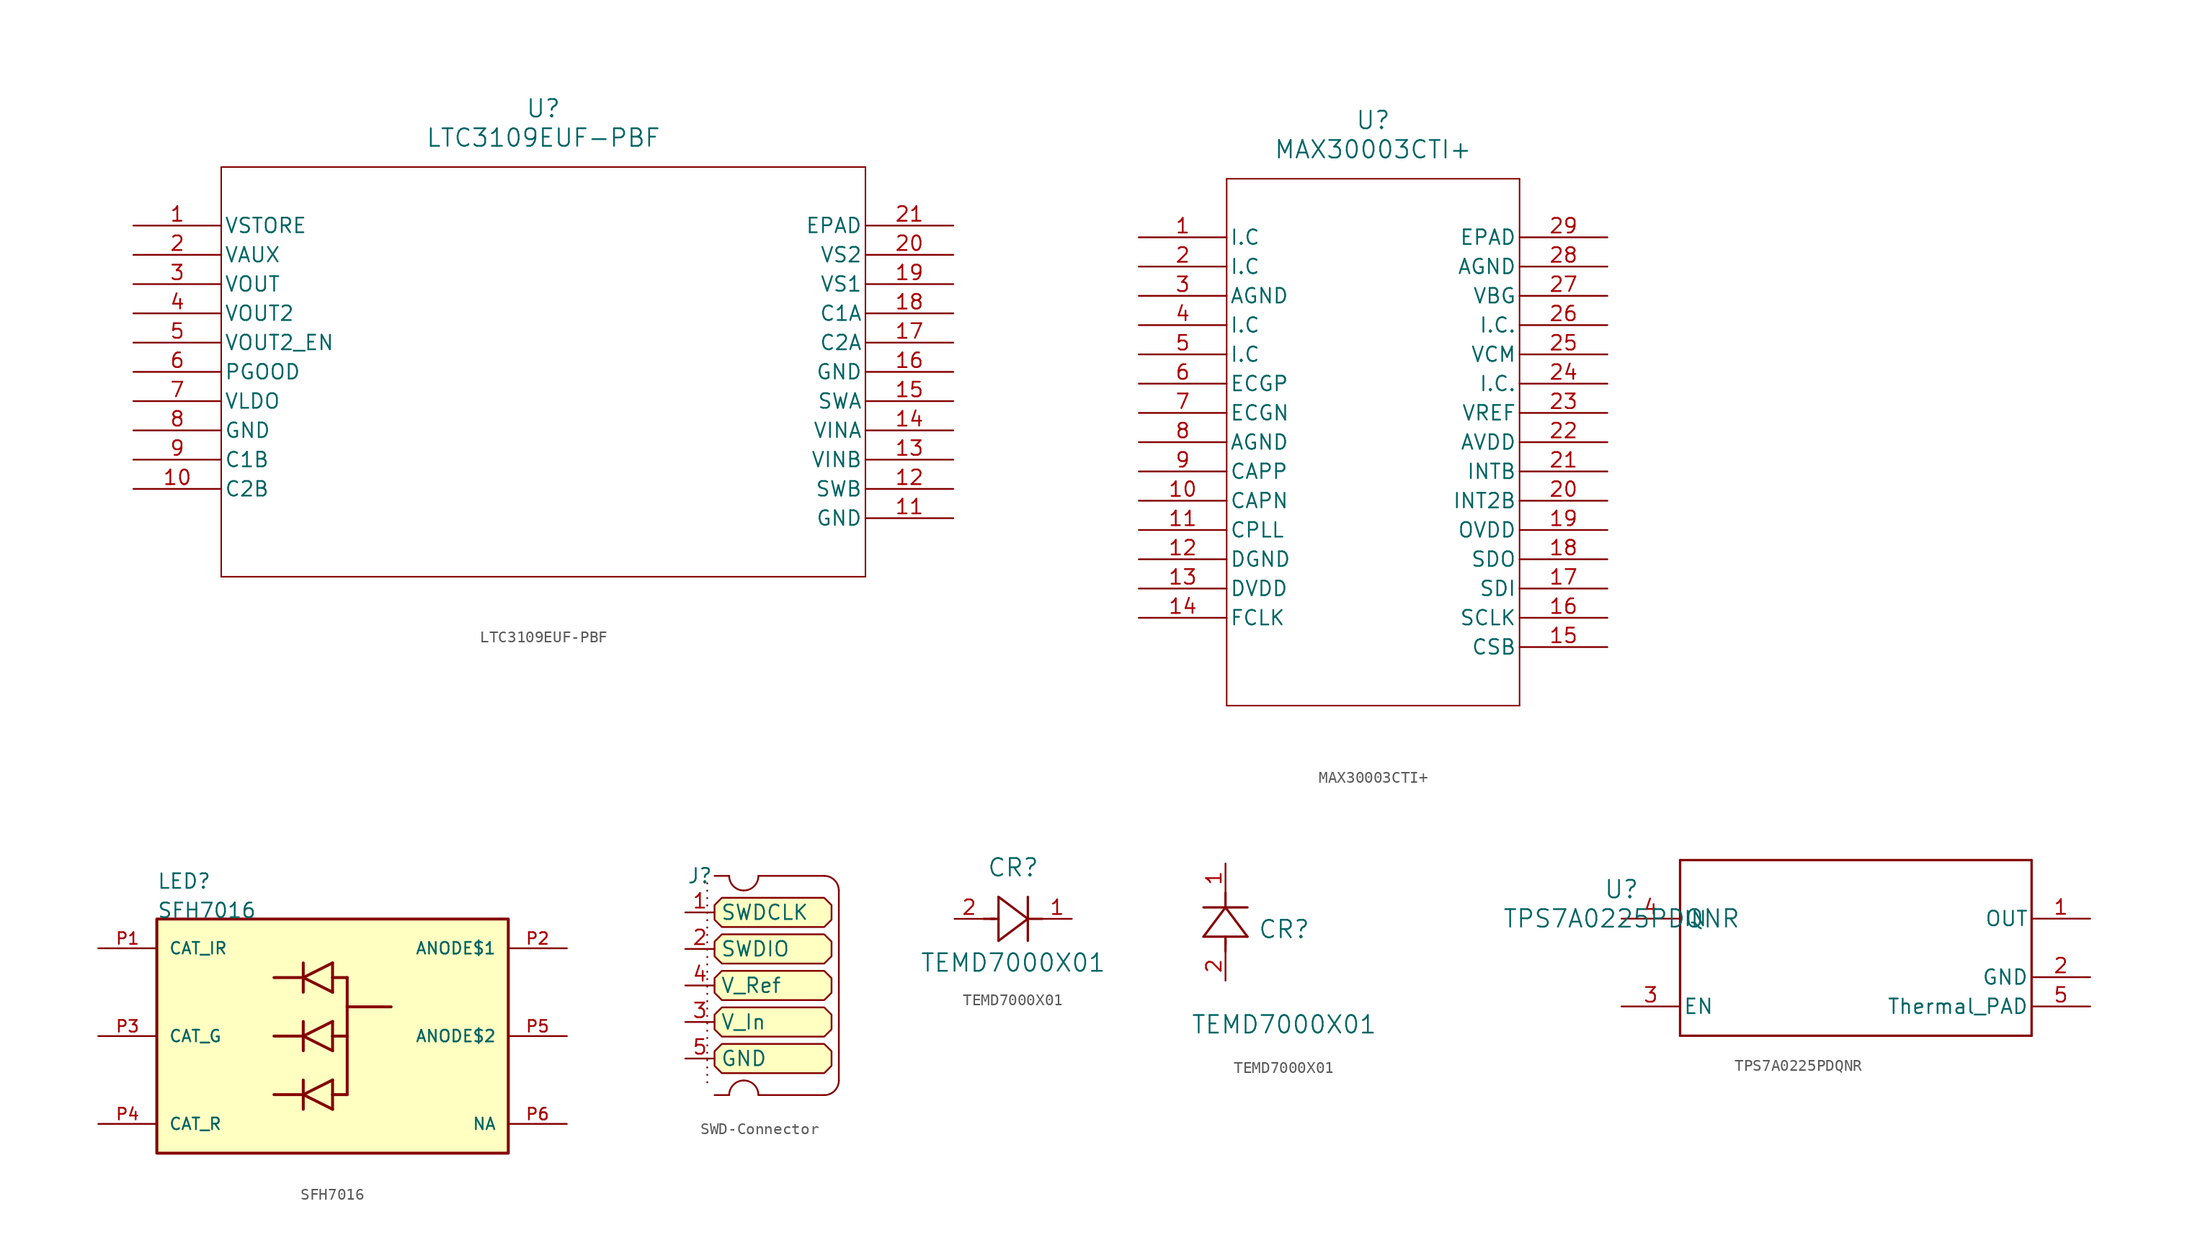
<source format=kicad_sym>
(kicad_symbol_lib
  (version 20220914)
  (generator kicad_symbol_editor)
  (symbol "LTC3109EUF-PBF"
    (pin_names
      (offset 0.254))
    (property "Reference" "U"
      (at 35.56 10.16 0)
      (effects (font (size 1.524 1.524))))
    (property "Value" "LTC3109EUF-PBF"
      (at 35.56 7.62 0)
      (effects (font (size 1.524 1.524))))
    (symbol "LTC3109EUF-PBF_0_1"
      (polyline (pts (xy 7.62 -30.48) (xy 63.5 -30.48)) (stroke (width 0.127) (type default)) (fill (type none)))
      (polyline (pts (xy 7.62 5.08) (xy 7.62 -30.48)) (stroke (width 0.127) (type default)) (fill (type none)))
      (polyline (pts (xy 63.5 -30.48) (xy 63.5 5.08)) (stroke (width 0.127) (type default)) (fill (type none)))
      (polyline (pts (xy 63.5 5.08) (xy 7.62 5.08)) (stroke (width 0.127) (type default)) (fill (type none)))
      (pin output line (at 0 0 0) (length 7.62) (name "VSTORE" (effects (font (size 1.27 1.27)))) (number "1" (effects (font (size 1.27 1.27)))))
      (pin input line (at 0 -22.86 0) (length 7.62) (name "C2B" (effects (font (size 1.27 1.27)))) (number "10" (effects (font (size 1.27 1.27)))))
      (pin power_in line (at 71.12 -25.4 180) (length 7.62) (name "GND" (effects (font (size 1.27 1.27)))) (number "11" (effects (font (size 1.27 1.27)))))
      (pin unspecified line (at 71.12 -22.86 180) (length 7.62) (name "SWB" (effects (font (size 1.27 1.27)))) (number "12" (effects (font (size 1.27 1.27)))))
      (pin input line (at 71.12 -20.32 180) (length 7.62) (name "VINB" (effects (font (size 1.27 1.27)))) (number "13" (effects (font (size 1.27 1.27)))))
      (pin input line (at 71.12 -17.78 180) (length 7.62) (name "VINA" (effects (font (size 1.27 1.27)))) (number "14" (effects (font (size 1.27 1.27)))))
      (pin unspecified line (at 71.12 -15.24 180) (length 7.62) (name "SWA" (effects (font (size 1.27 1.27)))) (number "15" (effects (font (size 1.27 1.27)))))
      (pin power_in line (at 71.12 -12.7 180) (length 7.62) (name "GND" (effects (font (size 1.27 1.27)))) (number "16" (effects (font (size 1.27 1.27)))))
      (pin input line (at 71.12 -10.16 180) (length 7.62) (name "C2A" (effects (font (size 1.27 1.27)))) (number "17" (effects (font (size 1.27 1.27)))))
      (pin input line (at 71.12 -7.62 180) (length 7.62) (name "C1A" (effects (font (size 1.27 1.27)))) (number "18" (effects (font (size 1.27 1.27)))))
      (pin output line (at 71.12 -5.08 180) (length 7.62) (name "VS1" (effects (font (size 1.27 1.27)))) (number "19" (effects (font (size 1.27 1.27)))))
      (pin output line (at 0 -2.54 0) (length 7.62) (name "VAUX" (effects (font (size 1.27 1.27)))) (number "2" (effects (font (size 1.27 1.27)))))
      (pin output line (at 71.12 -2.54 180) (length 7.62) (name "VS2" (effects (font (size 1.27 1.27)))) (number "20" (effects (font (size 1.27 1.27)))))
      (pin unspecified line (at 71.12 0 180) (length 7.62) (name "EPAD" (effects (font (size 1.27 1.27)))) (number "21" (effects (font (size 1.27 1.27)))))
      (pin output line (at 0 -5.08 0) (length 7.62) (name "VOUT" (effects (font (size 1.27 1.27)))) (number "3" (effects (font (size 1.27 1.27)))))
      (pin output line (at 0 -7.62 0) (length 7.62) (name "VOUT2" (effects (font (size 1.27 1.27)))) (number "4" (effects (font (size 1.27 1.27)))))
      (pin output line (at 0 -10.16 0) (length 7.62) (name "VOUT2_EN" (effects (font (size 1.27 1.27)))) (number "5" (effects (font (size 1.27 1.27)))))
      (pin output line (at 0 -12.7 0) (length 7.62) (name "PGOOD" (effects (font (size 1.27 1.27)))) (number "6" (effects (font (size 1.27 1.27)))))
      (pin output line (at 0 -15.24 0) (length 7.62) (name "VLDO" (effects (font (size 1.27 1.27)))) (number "7" (effects (font (size 1.27 1.27)))))
      (pin power_in line (at 0 -17.78 0) (length 7.62) (name "GND" (effects (font (size 1.27 1.27)))) (number "8" (effects (font (size 1.27 1.27)))))
      (pin input line (at 0 -20.32 0) (length 7.62) (name "C1B" (effects (font (size 1.27 1.27)))) (number "9" (effects (font (size 1.27 1.27)))))))
  (symbol "MAX30003CTI+"
    (pin_names
      (offset 0.254))
    (property "Reference" "U"
      (at 20.32 10.16 0)
      (effects (font (size 1.524 1.524))))
    (property "Value" "MAX30003CTI+"
      (at 20.32 7.62 0)
      (effects (font (size 1.524 1.524))))
    (property "ki_locked" ""
      (at 0 0 0)
      (effects (font (size 1.27 1.27))))
    (symbol "MAX30003CTI+_0_1"
      (polyline (pts (xy 7.62 -40.64) (xy 33.02 -40.64)) (stroke (width 0.127) (type default)) (fill (type none)))
      (polyline (pts (xy 7.62 5.08) (xy 7.62 -40.64)) (stroke (width 0.127) (type default)) (fill (type none)))
      (polyline (pts (xy 33.02 -40.64) (xy 33.02 5.08)) (stroke (width 0.127) (type default)) (fill (type none)))
      (polyline (pts (xy 33.02 5.08) (xy 7.62 5.08)) (stroke (width 0.127) (type default)) (fill (type none)))
      (pin bidirectional line (at 0 0 0) (length 7.62) (name "I.C" (effects (font (size 1.27 1.27)))) (number "1" (effects (font (size 1.27 1.27)))))
      (pin unspecified line (at 0 -22.86 0) (length 7.62) (name "CAPN" (effects (font (size 1.27 1.27)))) (number "10" (effects (font (size 1.27 1.27)))))
      (pin unspecified line (at 0 -25.4 0) (length 7.62) (name "CPLL" (effects (font (size 1.27 1.27)))) (number "11" (effects (font (size 1.27 1.27)))))
      (pin power_out line (at 0 -27.94 0) (length 7.62) (name "DGND" (effects (font (size 1.27 1.27)))) (number "12" (effects (font (size 1.27 1.27)))))
      (pin power_in line (at 0 -30.48 0) (length 7.62) (name "DVDD" (effects (font (size 1.27 1.27)))) (number "13" (effects (font (size 1.27 1.27)))))
      (pin unspecified line (at 0 -33.02 0) (length 7.62) (name "FCLK" (effects (font (size 1.27 1.27)))) (number "14" (effects (font (size 1.27 1.27)))))
      (pin unspecified line (at 40.64 -35.56 180) (length 7.62) (name "CSB" (effects (font (size 1.27 1.27)))) (number "15" (effects (font (size 1.27 1.27)))))
      (pin unspecified line (at 40.64 -33.02 180) (length 7.62) (name "SCLK" (effects (font (size 1.27 1.27)))) (number "16" (effects (font (size 1.27 1.27)))))
      (pin unspecified line (at 40.64 -30.48 180) (length 7.62) (name "SDI" (effects (font (size 1.27 1.27)))) (number "17" (effects (font (size 1.27 1.27)))))
      (pin unspecified line (at 40.64 -27.94 180) (length 7.62) (name "SDO" (effects (font (size 1.27 1.27)))) (number "18" (effects (font (size 1.27 1.27)))))
      (pin power_in line (at 40.64 -25.4 180) (length 7.62) (name "OVDD" (effects (font (size 1.27 1.27)))) (number "19" (effects (font (size 1.27 1.27)))))
      (pin bidirectional line (at 0 -2.54 0) (length 7.62) (name "I.C" (effects (font (size 1.27 1.27)))) (number "2" (effects (font (size 1.27 1.27)))))
      (pin unspecified line (at 40.64 -22.86 180) (length 7.62) (name "INT2B" (effects (font (size 1.27 1.27)))) (number "20" (effects (font (size 1.27 1.27)))))
      (pin unspecified line (at 40.64 -20.32 180) (length 7.62) (name "INTB" (effects (font (size 1.27 1.27)))) (number "21" (effects (font (size 1.27 1.27)))))
      (pin power_in line (at 40.64 -17.78 180) (length 7.62) (name "AVDD" (effects (font (size 1.27 1.27)))) (number "22" (effects (font (size 1.27 1.27)))))
      (pin power_in line (at 40.64 -15.24 180) (length 7.62) (name "VREF" (effects (font (size 1.27 1.27)))) (number "23" (effects (font (size 1.27 1.27)))))
      (pin bidirectional line (at 40.64 -12.7 180) (length 7.62) (name "I.C." (effects (font (size 1.27 1.27)))) (number "24" (effects (font (size 1.27 1.27)))))
      (pin unspecified line (at 40.64 -10.16 180) (length 7.62) (name "VCM" (effects (font (size 1.27 1.27)))) (number "25" (effects (font (size 1.27 1.27)))))
      (pin bidirectional line (at 40.64 -7.62 180) (length 7.62) (name "I.C." (effects (font (size 1.27 1.27)))) (number "26" (effects (font (size 1.27 1.27)))))
      (pin unspecified line (at 40.64 -5.08 180) (length 7.62) (name "VBG" (effects (font (size 1.27 1.27)))) (number "27" (effects (font (size 1.27 1.27)))))
      (pin power_out line (at 40.64 -2.54 180) (length 7.62) (name "AGND" (effects (font (size 1.27 1.27)))) (number "28" (effects (font (size 1.27 1.27)))))
      (pin unspecified line (at 40.64 0 180) (length 7.62) (name "EPAD" (effects (font (size 1.27 1.27)))) (number "29" (effects (font (size 1.27 1.27)))))
      (pin power_out line (at 0 -5.08 0) (length 7.62) (name "AGND" (effects (font (size 1.27 1.27)))) (number "3" (effects (font (size 1.27 1.27)))))
      (pin bidirectional line (at 0 -7.62 0) (length 7.62) (name "I.C" (effects (font (size 1.27 1.27)))) (number "4" (effects (font (size 1.27 1.27)))))
      (pin bidirectional line (at 0 -10.16 0) (length 7.62) (name "I.C" (effects (font (size 1.27 1.27)))) (number "5" (effects (font (size 1.27 1.27)))))
      (pin unspecified line (at 0 -12.7 0) (length 7.62) (name "ECGP" (effects (font (size 1.27 1.27)))) (number "6" (effects (font (size 1.27 1.27)))))
      (pin unspecified line (at 0 -15.24 0) (length 7.62) (name "ECGN" (effects (font (size 1.27 1.27)))) (number "7" (effects (font (size 1.27 1.27)))))
      (pin power_out line (at 0 -17.78 0) (length 7.62) (name "AGND" (effects (font (size 1.27 1.27)))) (number "8" (effects (font (size 1.27 1.27)))))
      (pin unspecified line (at 0 -20.32 0) (length 7.62) (name "CAPP" (effects (font (size 1.27 1.27)))) (number "9" (effects (font (size 1.27 1.27)))))))
  (symbol "SFH7016"
    (pin_names
      (offset 1.016))
    (property "Reference" "LED"
      (at -15.24 12.7 0)
      (effects (font (size 1.27 1.27)) (justify left bottom)))
    (property "Value" "SFH7016"
      (at -15.24 10.16 0)
      (effects (font (size 1.27 1.27)) (justify left bottom)))
    (symbol "SFH7016_0_0"
      (rectangle (start -15.24 -10.16) (end 15.24 10.16) (stroke (width 0.254) (type default)) (fill (type background)))
      (polyline (pts (xy -2.54 -6.35) (xy -2.54 -5.08)) (stroke (width 0.254) (type default)) (fill (type none)))
      (polyline (pts (xy -2.54 -5.08) (xy -5.08 -5.08)) (stroke (width 0.254) (type default)) (fill (type none)))
      (polyline (pts (xy -2.54 -5.08) (xy -2.54 -3.81)) (stroke (width 0.254) (type default)) (fill (type none)))
      (polyline (pts (xy -2.54 -1.27) (xy -2.54 0)) (stroke (width 0.254) (type default)) (fill (type none)))
      (polyline (pts (xy -2.54 0) (xy -5.08 0)) (stroke (width 0.254) (type default)) (fill (type none)))
      (polyline (pts (xy -2.54 0) (xy -2.54 1.27)) (stroke (width 0.254) (type default)) (fill (type none)))
      (polyline (pts (xy -2.54 0) (xy 0 -1.27)) (stroke (width 0.254) (type default)) (fill (type none)))
      (polyline (pts (xy -2.54 0) (xy 0 1.27)) (stroke (width 0.254) (type default)) (fill (type none)))
      (polyline (pts (xy -2.54 3.81) (xy -2.54 5.08)) (stroke (width 0.254) (type default)) (fill (type none)))
      (polyline (pts (xy -2.54 5.08) (xy -5.08 5.08)) (stroke (width 0.254) (type default)) (fill (type none)))
      (polyline (pts (xy -2.54 5.08) (xy -2.54 6.35)) (stroke (width 0.254) (type default)) (fill (type none)))
      (polyline (pts (xy 0 -6.35) (xy -2.54 -5.08)) (stroke (width 0.254) (type default)) (fill (type none)))
      (polyline (pts (xy 0 -5.08) (xy 0 -6.35)) (stroke (width 0.254) (type default)) (fill (type none)))
      (polyline (pts (xy 0 -5.08) (xy 0 -3.81)) (stroke (width 0.254) (type default)) (fill (type none)))
      (polyline (pts (xy 0 -3.81) (xy -2.54 -5.08)) (stroke (width 0.254) (type default)) (fill (type none)))
      (polyline (pts (xy 0 -1.27) (xy 0 0)) (stroke (width 0.254) (type default)) (fill (type none)))
      (polyline (pts (xy 0 0) (xy 1.27 0)) (stroke (width 0.254) (type default)) (fill (type none)))
      (polyline (pts (xy 0 1.27) (xy 0 0)) (stroke (width 0.254) (type default)) (fill (type none)))
      (polyline (pts (xy 0 3.81) (xy -2.54 5.08)) (stroke (width 0.254) (type default)) (fill (type none)))
      (polyline (pts (xy 0 5.08) (xy 0 3.81)) (stroke (width 0.254) (type default)) (fill (type none)))
      (polyline (pts (xy 0 5.08) (xy 0 6.35)) (stroke (width 0.254) (type default)) (fill (type none)))
      (polyline (pts (xy 0 6.35) (xy -2.54 5.08)) (stroke (width 0.254) (type default)) (fill (type none)))
      (polyline (pts (xy 1.27 -5.08) (xy 0 -5.08)) (stroke (width 0.254) (type default)) (fill (type none)))
      (polyline (pts (xy 1.27 0) (xy 1.27 -5.08)) (stroke (width 0.254) (type default)) (fill (type none)))
      (polyline (pts (xy 1.27 0) (xy 1.27 2.54)) (stroke (width 0.254) (type default)) (fill (type none)))
      (polyline (pts (xy 1.27 2.54) (xy 1.27 5.08)) (stroke (width 0.254) (type default)) (fill (type none)))
      (polyline (pts (xy 1.27 2.54) (xy 5.08 2.54)) (stroke (width 0.254) (type default)) (fill (type none)))
      (polyline (pts (xy 1.27 5.08) (xy 0 5.08)) (stroke (width 0.254) (type default)) (fill (type none)))
      (pin bidirectional line (at -20.32 7.62 0) (length 5.08) (name "CAT_IR" (effects (font (size 1.016 1.016)))) (number "P1" (effects (font (size 1.016 1.016)))))
      (pin bidirectional line (at 20.32 7.62 180) (length 5.08) (name "ANODE$1" (effects (font (size 1.016 1.016)))) (number "P2" (effects (font (size 1.016 1.016)))))
      (pin bidirectional line (at -20.32 0 0) (length 5.08) (name "CAT_G" (effects (font (size 1.016 1.016)))) (number "P3" (effects (font (size 1.016 1.016)))))
      (pin bidirectional line (at -20.32 -7.62 0) (length 5.08) (name "CAT_R" (effects (font (size 1.016 1.016)))) (number "P4" (effects (font (size 1.016 1.016)))))
      (pin bidirectional line (at 20.32 0 180) (length 5.08) (name "ANODE$2" (effects (font (size 1.016 1.016)))) (number "P5" (effects (font (size 1.016 1.016)))))
      (pin bidirectional line (at 20.32 -7.62 180) (length 5.08) (name "NA" (effects (font (size 1.016 1.016)))) (number "P6" (effects (font (size 1.016 1.016)))))))
  (symbol "SWD-Connector"
    (property "Reference" "J"
      (at 0 0 0)
      (effects (font (size 1.27 1.27))))
    (property "Value" ""
      (at 0 0 0)
      (effects (font (size 1.27 1.27))))
    (symbol "SWD-Connector_1_1"
      (polyline (pts (xy 0.635 -0.635) (xy 0.635 -18.415)) (stroke (width 0) (type dot)) (fill (type none)))
      (polyline (pts (xy 1.27 -19.05) (xy 2.54 -19.05)) (stroke (width 0) (type default)) (fill (type none)))
      (polyline (pts (xy 1.27 0) (xy 2.54 0)) (stroke (width 0) (type default)) (fill (type none)))
      (polyline (pts (xy 5.08 -19.05) (xy 10.795 -19.05)) (stroke (width 0) (type default)) (fill (type none)))
      (polyline (pts (xy 5.08 0) (xy 10.795 0)) (stroke (width 0) (type default)) (fill (type none)))
      (polyline (pts (xy 12.065 -1.27) (xy 12.065 -17.78)) (stroke (width 0) (type default)) (fill (type none)))
      (polyline (pts (xy 1.27 -15.24) (xy 1.27 -15.875) (xy 1.27 -16.51) (xy 1.905 -17.145) (xy 10.795 -17.145) (xy 11.43 -16.51) (xy 11.43 -15.24) (xy 10.795 -14.605) (xy 1.905 -14.605) (xy 1.27 -15.24)) (stroke (width 0) (type default)) (fill (type background)))
      (polyline (pts (xy 1.27 -12.065) (xy 1.27 -12.7) (xy 1.27 -13.335) (xy 1.905 -13.97) (xy 10.795 -13.97) (xy 11.43 -13.335) (xy 11.43 -12.065) (xy 10.795 -11.43) (xy 1.905 -11.43) (xy 1.27 -12.065)) (stroke (width 0) (type default)) (fill (type background)))
      (polyline (pts (xy 1.27 -8.89) (xy 1.27 -9.525) (xy 1.27 -10.16) (xy 1.905 -10.795) (xy 10.795 -10.795) (xy 11.43 -10.16) (xy 11.43 -8.89) (xy 10.795 -8.255) (xy 1.905 -8.255) (xy 1.27 -8.89)) (stroke (width 0) (type default)) (fill (type background)))
      (polyline (pts (xy 1.27 -5.715) (xy 1.27 -6.35) (xy 1.27 -6.985) (xy 1.905 -7.62) (xy 10.795 -7.62) (xy 11.43 -6.985) (xy 11.43 -5.715) (xy 10.795 -5.08) (xy 1.905 -5.08) (xy 1.27 -5.715)) (stroke (width 0) (type default)) (fill (type background)))
      (polyline (pts (xy 1.27 -2.54) (xy 1.27 -3.175) (xy 1.27 -3.81) (xy 1.905 -4.445) (xy 10.795 -4.445) (xy 11.43 -3.81) (xy 11.43 -2.54) (xy 10.795 -1.905) (xy 1.905 -1.905) (xy 1.27 -2.54)) (stroke (width 0) (type default)) (fill (type background)))
      (arc (start 2.54 0) (mid 2.912 -0.898) (end 3.81 -1.27) (stroke (width 0) (type default)) (fill (type none)))
      (arc (start 3.81 -17.78) (mid 2.912 -18.152) (end 2.54 -19.05) (stroke (width 0) (type default)) (fill (type none)))
      (arc (start 3.81 -1.27) (mid 4.708 -0.898) (end 5.08 0) (stroke (width 0) (type default)) (fill (type none)))
      (arc (start 5.08 -19.05) (mid 4.708 -18.152) (end 3.81 -17.78) (stroke (width 0) (type default)) (fill (type none)))
      (arc (start 10.795 -19.05) (mid 11.693 -18.678) (end 12.065 -17.78) (stroke (width 0) (type default)) (fill (type none)))
      (arc (start 12.065 -1.27) (mid 11.693 -0.372) (end 10.795 0) (stroke (width 0) (type default)) (fill (type none)))
      (pin output line (at -1.27 -3.175 0) (length 2.54) (name "SWDCLK" (effects (font (size 1.27 1.27)))) (number "1" (effects (font (size 1.27 1.27)))))
      (pin output line (at -1.27 -6.35 0) (length 2.54) (name "SWDIO" (effects (font (size 1.27 1.27)))) (number "2" (effects (font (size 1.27 1.27)))))
      (pin power_in line (at -1.27 -12.7 0) (length 2.54) (name "V_In" (effects (font (size 1.27 1.27)))) (number "3" (effects (font (size 1.27 1.27)))))
      (pin power_out line (at -1.27 -9.525 0) (length 2.54) (name "V_Ref" (effects (font (size 1.27 1.27)))) (number "4" (effects (font (size 1.27 1.27)))))
      (pin power_in line (at -1.27 -15.875 0) (length 2.54) (name "GND" (effects (font (size 1.27 1.27)))) (number "5" (effects (font (size 1.27 1.27)))))))
  (symbol "TEMD7000X01"
    (pin_names
      (offset 0.254))
    (property "Reference" "CR"
      (at 5.08 4.445 0)
      (effects (font (size 1.524 1.524))))
    (property "Value" "TEMD7000X01"
      (at 5.08 -3.81 0)
      (effects (font (size 1.524 1.524))))
    (property "ki_locked" ""
      (at 0 0 0)
      (effects (font (size 1.27 1.27))))
    (symbol "TEMD7000X01_1_1"
      (polyline (pts (xy 2.54 0) (xy 3.48 0)) (stroke (width 0.203) (type default)) (fill (type none)))
      (polyline (pts (xy 3.175 0) (xy 3.81 0)) (stroke (width 0.203) (type default)) (fill (type none)))
      (polyline (pts (xy 3.81 -1.905) (xy 6.35 0)) (stroke (width 0.203) (type default)) (fill (type none)))
      (polyline (pts (xy 3.81 1.905) (xy 3.81 -1.905)) (stroke (width 0.203) (type default)) (fill (type none)))
      (polyline (pts (xy 6.35 -1.905) (xy 6.35 1.905)) (stroke (width 0.203) (type default)) (fill (type none)))
      (polyline (pts (xy 6.35 0) (xy 3.81 1.905)) (stroke (width 0.203) (type default)) (fill (type none)))
      (polyline (pts (xy 6.35 0) (xy 7.62 0)) (stroke (width 0.203) (type default)) (fill (type none)))
      (pin unspecified line (at 10.16 0 180) (length 2.54) (name "" (effects (font (size 1.27 1.27)))) (number "1" (effects (font (size 1.27 1.27)))))
      (pin unspecified line (at 0 0 0) (length 2.54) (name "" (effects (font (size 1.27 1.27)))) (number "2" (effects (font (size 1.27 1.27))))))
    (symbol "TEMD7000X01_1_2"
      (polyline (pts (xy -1.905 3.81) (xy 1.905 3.81)) (stroke (width 0.203) (type default)) (fill (type none)))
      (polyline (pts (xy 0 2.54) (xy 0 3.48)) (stroke (width 0.203) (type default)) (fill (type none)))
      (polyline (pts (xy 0 3.175) (xy 0 3.81)) (stroke (width 0.203) (type default)) (fill (type none)))
      (polyline (pts (xy 0 6.35) (xy -1.905 3.81)) (stroke (width 0.203) (type default)) (fill (type none)))
      (polyline (pts (xy 0 6.35) (xy 0 7.62)) (stroke (width 0.203) (type default)) (fill (type none)))
      (polyline (pts (xy 1.905 3.81) (xy 0 6.35)) (stroke (width 0.203) (type default)) (fill (type none)))
      (polyline (pts (xy 1.905 6.35) (xy -1.905 6.35)) (stroke (width 0.203) (type default)) (fill (type none)))
      (pin unspecified line (at 0 10.16 270) (length 2.54) (name "" (effects (font (size 1.27 1.27)))) (number "1" (effects (font (size 1.27 1.27)))))
      (pin unspecified line (at 0 0 90) (length 2.54) (name "" (effects (font (size 1.27 1.27)))) (number "2" (effects (font (size 1.27 1.27)))))))
  (symbol "TPS7A0225PDQNR"
    (pin_names
      (offset 0.254))
    (property "Reference" "U"
      (at 0 2.54 0)
      (effects (font (size 1.524 1.524))))
    (property "Value" "TPS7A0225PDQNR"
      (at 0 0 0)
      (effects (font (size 1.524 1.524))))
    (property "ki_locked" ""
      (at 0 0 0)
      (effects (font (size 1.27 1.27))))
    (symbol "TPS7A0225PDQNR_0_1"
      (polyline (pts (xy 5.08 -10.16) (xy 35.56 -10.16)) (stroke (width 0.203) (type default)) (fill (type none)))
      (polyline (pts (xy 5.08 5.08) (xy 5.08 -10.16)) (stroke (width 0.203) (type default)) (fill (type none)))
      (polyline (pts (xy 35.56 -10.16) (xy 35.56 5.08)) (stroke (width 0.203) (type default)) (fill (type none)))
      (polyline (pts (xy 35.56 5.08) (xy 5.08 5.08)) (stroke (width 0.203) (type default)) (fill (type none)))
      (pin power_in line (at 40.64 0 180) (length 5.08) (name "OUT" (effects (font (size 1.27 1.27)))) (number "1" (effects (font (size 1.27 1.27)))))
      (pin power_in line (at 40.64 -5.08 180) (length 5.08) (name "GND" (effects (font (size 1.27 1.27)))) (number "2" (effects (font (size 1.27 1.27)))))
      (pin input line (at 0 -7.62 0) (length 5.08) (name "EN" (effects (font (size 1.27 1.27)))) (number "3" (effects (font (size 1.27 1.27)))))
      (pin power_in line (at 0 0 0) (length 5.08) (name "IN" (effects (font (size 1.27 1.27)))) (number "4" (effects (font (size 1.27 1.27))))))
    (symbol "TPS7A0225PDQNR_1_1"
      (pin passive line (at 40.64 -7.62 180) (length 5.08) (name "Thermal_PAD" (effects (font (size 1.27 1.27)))) (number "5" (effects (font (size 1.27 1.27))))))))
</source>
